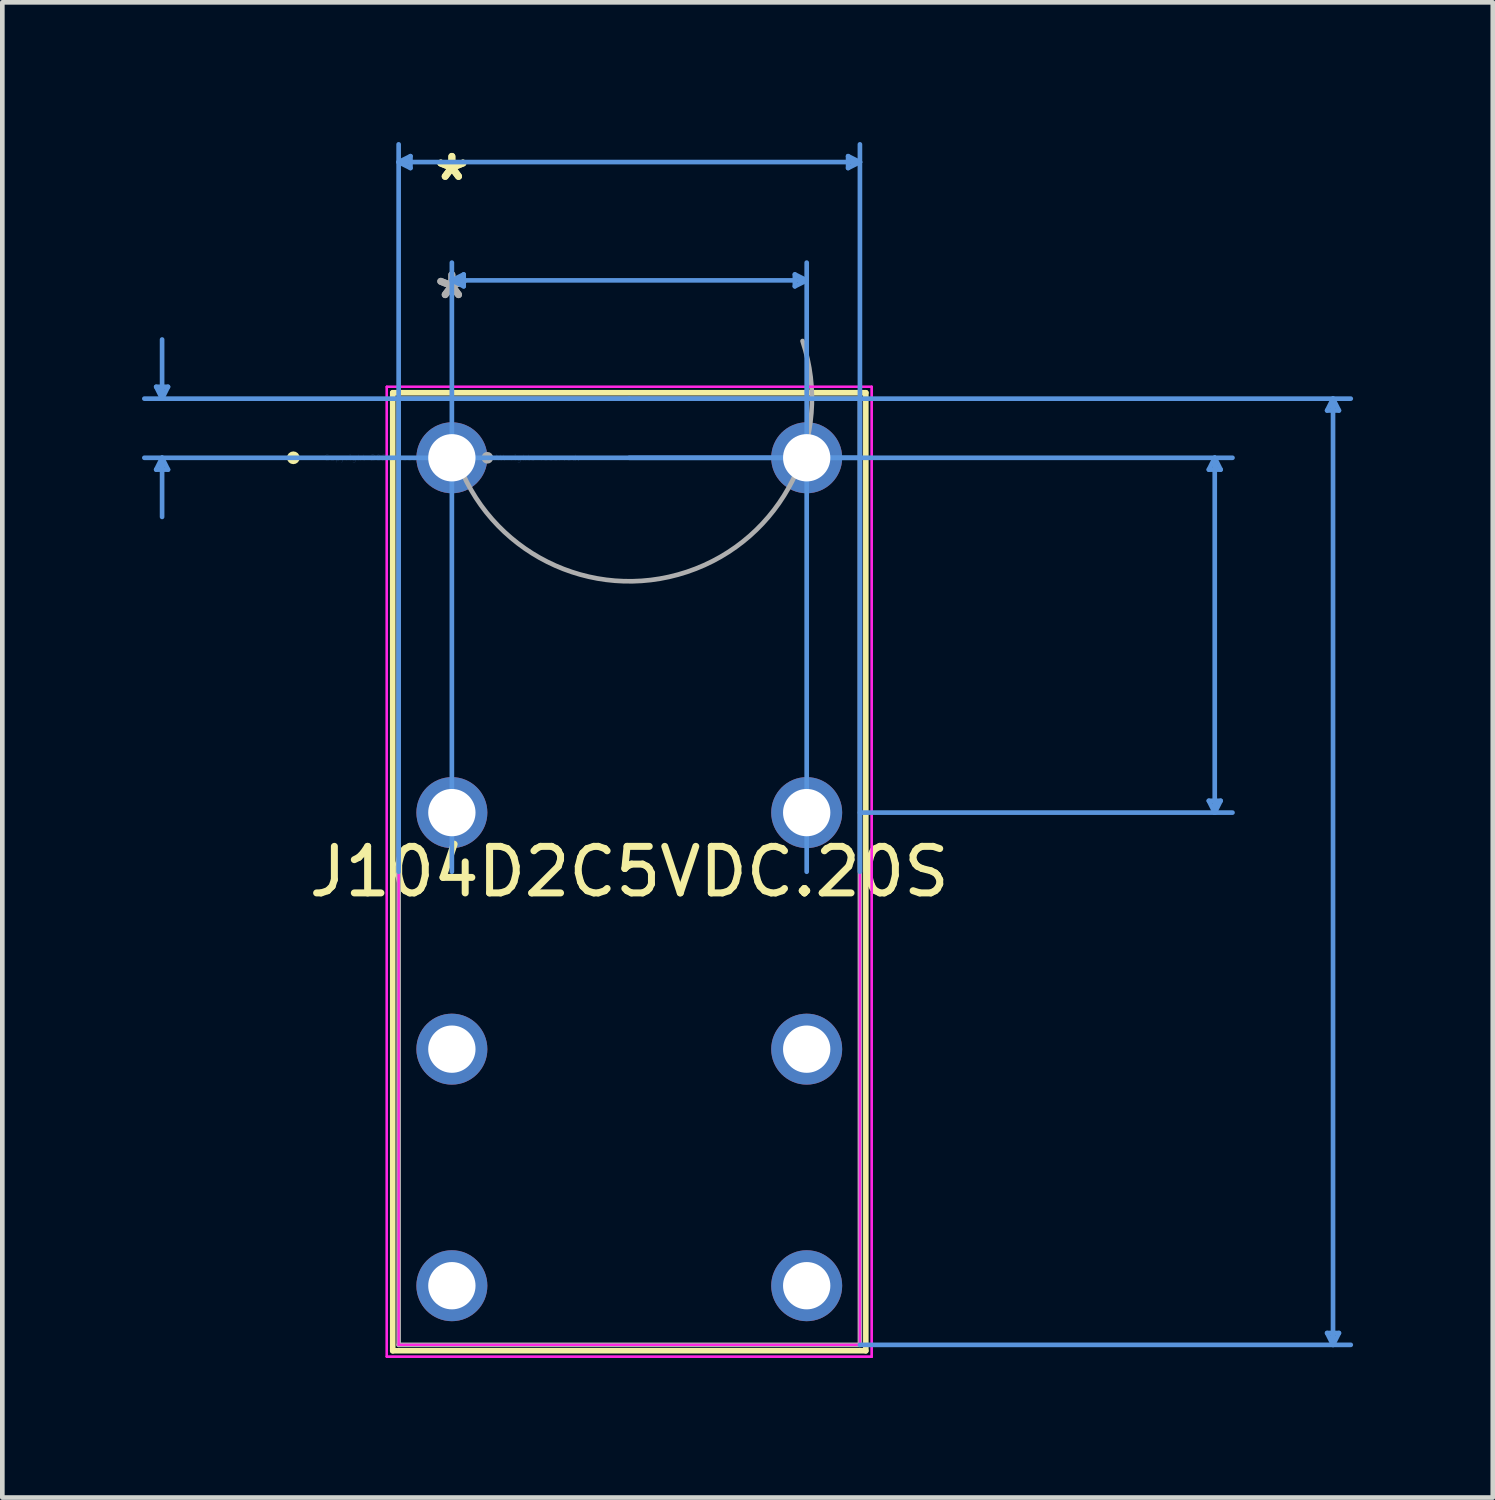
<source format=kicad_pcb>
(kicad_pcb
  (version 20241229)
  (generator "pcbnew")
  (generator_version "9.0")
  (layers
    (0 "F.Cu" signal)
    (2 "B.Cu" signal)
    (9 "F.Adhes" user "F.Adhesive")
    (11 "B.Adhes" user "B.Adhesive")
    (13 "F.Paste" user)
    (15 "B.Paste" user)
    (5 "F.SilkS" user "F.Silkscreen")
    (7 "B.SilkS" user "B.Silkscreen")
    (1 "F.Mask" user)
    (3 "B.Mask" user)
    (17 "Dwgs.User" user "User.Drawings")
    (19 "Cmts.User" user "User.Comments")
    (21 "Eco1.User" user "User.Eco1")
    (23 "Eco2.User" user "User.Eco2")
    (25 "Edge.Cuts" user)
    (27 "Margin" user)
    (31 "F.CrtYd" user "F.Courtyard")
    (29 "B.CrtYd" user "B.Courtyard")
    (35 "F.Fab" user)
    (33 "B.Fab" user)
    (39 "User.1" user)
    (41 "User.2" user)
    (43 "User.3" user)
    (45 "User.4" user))
  (footprint "J104D2C5VDC.20S"
    (layer "F.Cu")
    (at 6.654 6.781)
    (property "Reference" "J104D2C5VDC.20S" (at 3.81 8.89 0) (layer "F.SilkS") (effects (font (size 1 1) (thickness 0.15))))
    (attr through_hole)
    (fp_line (start -1.27 -1.397) (end -1.27 19.177) (stroke (width 0.12) (type solid)) (layer "F.SilkS"))
    (fp_line (start -1.27 19.177) (end 8.89 19.177) (stroke (width 0.12) (type solid)) (layer "F.SilkS"))
    (fp_line (start 8.89 -1.397) (end -1.27 -1.397) (stroke (width 0.12) (type solid)) (layer "F.SilkS"))
    (fp_line (start 8.89 19.177) (end 8.89 -1.397) (stroke (width 0.12) (type solid)) (layer "F.SilkS"))
    (fp_circle (center -3.404 0) (end -3.327 0) (stroke (width 0.12) (type solid)) (fill no) (layer "F.SilkS"))
    (fp_line (start -6.35 -1.524) (end -6.096 -1.524) (stroke (width 0.1) (type solid)) (layer "Cmts.User"))
    (fp_line (start -6.35 0.254) (end -6.096 0.254) (stroke (width 0.1) (type solid)) (layer "Cmts.User"))
    (fp_line (start -6.223 -1.27) (end -6.35 -1.524) (stroke (width 0.1) (type solid)) (layer "Cmts.User"))
    (fp_line (start -6.223 -1.27) (end -6.223 -2.54) (stroke (width 0.1) (type solid)) (layer "Cmts.User"))
    (fp_line (start -6.223 -1.27) (end -6.096 -1.524) (stroke (width 0.1) (type solid)) (layer "Cmts.User"))
    (fp_line (start -6.223 0) (end -6.35 0.254) (stroke (width 0.1) (type solid)) (layer "Cmts.User"))
    (fp_line (start -6.223 0) (end -6.223 1.27) (stroke (width 0.1) (type solid)) (layer "Cmts.User"))
    (fp_line (start -6.223 0) (end -6.096 0.254) (stroke (width 0.1) (type solid)) (layer "Cmts.User"))
    (fp_line (start -1.143 -6.35) (end -0.889 -6.477) (stroke (width 0.1) (type solid)) (layer "Cmts.User"))
    (fp_line (start -1.143 -6.35) (end -0.889 -6.223) (stroke (width 0.1) (type solid)) (layer "Cmts.User"))
    (fp_line (start -1.143 -6.35) (end 8.763 -6.35) (stroke (width 0.1) (type solid)) (layer "Cmts.User"))
    (fp_line (start -1.143 8.89) (end -1.143 -6.731) (stroke (width 0.1) (type solid)) (layer "Cmts.User"))
    (fp_line (start -0.889 -6.477) (end -0.889 -6.223) (stroke (width 0.1) (type solid)) (layer "Cmts.User"))
    (fp_line (start 0 -3.81) (end 0.254 -3.937) (stroke (width 0.1) (type solid)) (layer "Cmts.User"))
    (fp_line (start 0 -3.81) (end 0.254 -3.683) (stroke (width 0.1) (type solid)) (layer "Cmts.User"))
    (fp_line (start 0 -3.81) (end 7.62 -3.81) (stroke (width 0.1) (type solid)) (layer "Cmts.User"))
    (fp_line (start 0 8.89) (end 0 -4.191) (stroke (width 0.1) (type solid)) (layer "Cmts.User"))
    (fp_line (start 0.254 -3.937) (end 0.254 -3.683) (stroke (width 0.1) (type solid)) (layer "Cmts.User"))
    (fp_line (start 3.81 -1.27) (end -6.604 -1.27) (stroke (width 0.1) (type solid)) (layer "Cmts.User"))
    (fp_line (start 3.81 -1.27) (end 19.304 -1.27) (stroke (width 0.1) (type solid)) (layer "Cmts.User"))
    (fp_line (start 3.81 0) (end 16.764 0) (stroke (width 0.1) (type solid)) (layer "Cmts.User"))
    (fp_line (start 7.366 -3.937) (end 7.366 -3.683) (stroke (width 0.1) (type solid)) (layer "Cmts.User"))
    (fp_line (start 7.62 -3.81) (end 7.366 -3.937) (stroke (width 0.1) (type solid)) (layer "Cmts.User"))
    (fp_line (start 7.62 -3.81) (end 7.366 -3.683) (stroke (width 0.1) (type solid)) (layer "Cmts.User"))
    (fp_line (start 7.62 8.89) (end 7.62 -4.191) (stroke (width 0.1) (type solid)) (layer "Cmts.User"))
    (fp_line (start 8.509 -6.477) (end 8.509 -6.223) (stroke (width 0.1) (type solid)) (layer "Cmts.User"))
    (fp_line (start 8.763 -6.35) (end 8.509 -6.477) (stroke (width 0.1) (type solid)) (layer "Cmts.User"))
    (fp_line (start 8.763 -6.35) (end 8.509 -6.223) (stroke (width 0.1) (type solid)) (layer "Cmts.User"))
    (fp_line (start 8.763 0) (end -6.604 0) (stroke (width 0.1) (type solid)) (layer "Cmts.User"))
    (fp_line (start 8.763 7.62) (end 16.764 7.62) (stroke (width 0.1) (type solid)) (layer "Cmts.User"))
    (fp_line (start 8.763 8.89) (end 8.763 -6.731) (stroke (width 0.1) (type solid)) (layer "Cmts.User"))
    (fp_line (start 8.763 19.05) (end 19.304 19.05) (stroke (width 0.1) (type solid)) (layer "Cmts.User"))
    (fp_line (start 16.256 0.254) (end 16.51 0.254) (stroke (width 0.1) (type solid)) (layer "Cmts.User"))
    (fp_line (start 16.256 7.366) (end 16.51 7.366) (stroke (width 0.1) (type solid)) (layer "Cmts.User"))
    (fp_line (start 16.383 0) (end 16.256 0.254) (stroke (width 0.1) (type solid)) (layer "Cmts.User"))
    (fp_line (start 16.383 0) (end 16.383 7.62) (stroke (width 0.1) (type solid)) (layer "Cmts.User"))
    (fp_line (start 16.383 0) (end 16.51 0.254) (stroke (width 0.1) (type solid)) (layer "Cmts.User"))
    (fp_line (start 16.383 7.62) (end 16.256 7.366) (stroke (width 0.1) (type solid)) (layer "Cmts.User"))
    (fp_line (start 16.383 7.62) (end 16.51 7.366) (stroke (width 0.1) (type solid)) (layer "Cmts.User"))
    (fp_line (start 18.796 -1.016) (end 19.05 -1.016) (stroke (width 0.1) (type solid)) (layer "Cmts.User"))
    (fp_line (start 18.796 18.796) (end 19.05 18.796) (stroke (width 0.1) (type solid)) (layer "Cmts.User"))
    (fp_line (start 18.923 -1.27) (end 18.796 -1.016) (stroke (width 0.1) (type solid)) (layer "Cmts.User"))
    (fp_line (start 18.923 -1.27) (end 18.923 19.05) (stroke (width 0.1) (type solid)) (layer "Cmts.User"))
    (fp_line (start 18.923 -1.27) (end 19.05 -1.016) (stroke (width 0.1) (type solid)) (layer "Cmts.User"))
    (fp_line (start 18.923 19.05) (end 18.796 18.796) (stroke (width 0.1) (type solid)) (layer "Cmts.User"))
    (fp_line (start 18.923 19.05) (end 19.05 18.796) (stroke (width 0.1) (type solid)) (layer "Cmts.User"))
    (fp_line (start -1.397 -1.524) (end 9.017 -1.524) (stroke (width 0.05) (type solid)) (layer "F.CrtYd"))
    (fp_line (start -1.397 -1.524) (end 9.017 -1.524) (stroke (width 0.05) (type solid)) (layer "F.CrtYd"))
    (fp_line (start -1.397 19.304) (end -1.397 -1.524) (stroke (width 0.05) (type solid)) (layer "F.CrtYd"))
    (fp_line (start -1.397 19.304) (end -1.397 -1.524) (stroke (width 0.05) (type solid)) (layer "F.CrtYd"))
    (fp_line (start -1.143 -1.27) (end 8.763 -1.27) (stroke (width 0.05) (type solid)) (layer "F.CrtYd"))
    (fp_line (start -1.143 19.05) (end -1.143 -1.27) (stroke (width 0.05) (type solid)) (layer "F.CrtYd"))
    (fp_line (start 8.763 -1.27) (end 8.763 19.05) (stroke (width 0.05) (type solid)) (layer "F.CrtYd"))
    (fp_line (start 8.763 19.05) (end -1.143 19.05) (stroke (width 0.05) (type solid)) (layer "F.CrtYd"))
    (fp_line (start 9.017 -1.524) (end 9.017 19.304) (stroke (width 0.05) (type solid)) (layer "F.CrtYd"))
    (fp_line (start 9.017 -1.524) (end 9.017 19.304) (stroke (width 0.05) (type solid)) (layer "F.CrtYd"))
    (fp_line (start 9.017 19.304) (end -1.397 19.304) (stroke (width 0.05) (type solid)) (layer "F.CrtYd"))
    (fp_line (start 9.017 19.304) (end -1.397 19.304) (stroke (width 0.05) (type solid)) (layer "F.CrtYd"))
    (fp_line (start -1.143 -1.27) (end -1.143 19.05) (stroke (width 0.1) (type solid)) (layer "F.Fab"))
    (fp_line (start -1.143 19.05) (end 8.763 19.05) (stroke (width 0.1) (type solid)) (layer "F.Fab"))
    (fp_line (start 8.763 -1.27) (end -1.143 -1.27) (stroke (width 0.1) (type solid)) (layer "F.Fab"))
    (fp_line (start 8.763 19.05) (end 8.763 -1.27) (stroke (width 0.1) (type solid)) (layer "F.Fab"))
    (fp_arc (start 7.530968 -2.507742) (mid 5.047742 2.450968) (end 0.089032 -0.032258) (stroke (width 0.1) (type solid)) (layer "F.Fab"))
    (fp_circle (center 0.762 0) (end 0.838 0) (stroke (width 0.1) (type solid)) (fill no) (layer "F.Fab"))
    (fp_text user "*" (at 0 -5.927 0) (layer "F.SilkS") (effects (font (size 1 1) (thickness 0.15))))
    (fp_text user "*" (at 0 -5.927 0) (layer "F.SilkS") (effects (font (size 1 1) (thickness 0.15))))
    (fp_text user "Copyright 2021 Accelerated Designs. All rights reserved." (at 0 0 0) (layer "Cmts.User") (effects (font (size 0.127 0.127) (thickness 0.002))))
    (fp_text user "*" (at 0 -3.387 0) (layer "F.Fab") (effects (font (size 1 1) (thickness 0.15))))
    (fp_text user "*" (at 0 -3.387 0) (layer "F.Fab") (effects (font (size 1 1) (thickness 0.15))))
    (pad "1" thru_hole circle (at 0 0) (size 1.524 1.524) (drill 1.016) (layers "*.Cu" "*.Mask"))
    (pad "2" thru_hole circle (at 0 7.62) (size 1.524 1.524) (drill 1.016) (layers "*.Cu" "*.Mask"))
    (pad "3" thru_hole circle (at 0 12.7) (size 1.524 1.524) (drill 1.016) (layers "*.Cu" "*.Mask"))
    (pad "4" thru_hole circle (at 0 17.78) (size 1.524 1.524) (drill 1.016) (layers "*.Cu" "*.Mask"))
    (pad "5" thru_hole circle (at 7.62 17.78) (size 1.524 1.524) (drill 1.016) (layers "*.Cu" "*.Mask"))
    (pad "6" thru_hole circle (at 7.62 12.7) (size 1.524 1.524) (drill 1.016) (layers "*.Cu" "*.Mask"))
    (pad "7" thru_hole circle (at 7.62 7.62) (size 1.524 1.524) (drill 1.016) (layers "*.Cu" "*.Mask"))
    (pad "8" thru_hole circle (at 7.62 0) (size 1.524 1.524) (drill 1.016) (layers "*.Cu" "*.Mask")))
  (gr_rect
    (start -3 -3)
    (end 29.008 29.11)
    (stroke (width 0.1) (type default))
    (fill no)
    (layer "Edge.Cuts")))
</source>
